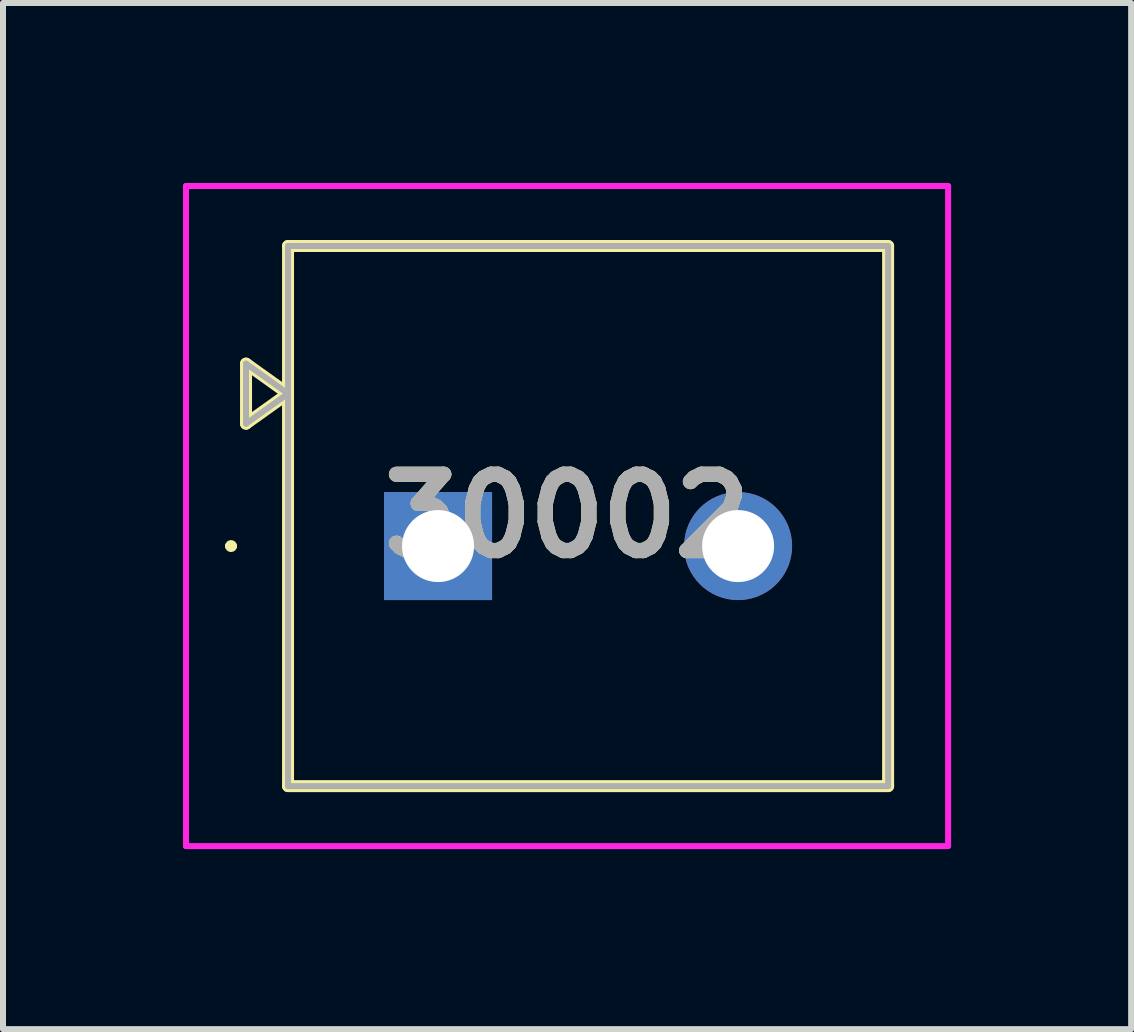
<source format=kicad_pcb>
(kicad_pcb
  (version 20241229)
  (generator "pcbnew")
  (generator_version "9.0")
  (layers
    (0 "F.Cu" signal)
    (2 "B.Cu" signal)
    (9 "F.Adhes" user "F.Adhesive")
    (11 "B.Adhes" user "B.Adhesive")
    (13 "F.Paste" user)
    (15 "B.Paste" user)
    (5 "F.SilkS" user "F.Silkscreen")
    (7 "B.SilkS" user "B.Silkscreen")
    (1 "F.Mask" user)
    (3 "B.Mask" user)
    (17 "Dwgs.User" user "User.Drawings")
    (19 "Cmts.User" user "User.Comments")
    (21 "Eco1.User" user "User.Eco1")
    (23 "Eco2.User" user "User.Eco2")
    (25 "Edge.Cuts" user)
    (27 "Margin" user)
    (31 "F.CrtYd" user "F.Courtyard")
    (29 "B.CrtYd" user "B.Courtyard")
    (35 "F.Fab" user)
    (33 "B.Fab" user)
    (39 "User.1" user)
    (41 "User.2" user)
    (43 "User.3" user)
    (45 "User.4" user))
  (footprint "30002"
    (layer "F.Cu")
    (at 4.25 6.05)
    (property "Reference" "30002" (at 2.15 -0.5 0) (layer "F.SilkS") (effects (font (size 1.27 1.27) (thickness 0.254))))
    (attr through_hole)
    (fp_line (start -3.5 0) (end -3.5 0) (stroke (width 0.1) (type solid)) (layer "F.SilkS"))
    (fp_line (start -3.4 0) (end -3.4 0) (stroke (width 0.1) (type solid)) (layer "F.SilkS"))
    (fp_line (start -3.2 -3.04) (end -3.2 -2.04) (stroke (width 0.2) (type solid)) (layer "F.SilkS"))
    (fp_line (start -3.2 -2.04) (end -2.5 -2.54) (stroke (width 0.2) (type solid)) (layer "F.SilkS"))
    (fp_line (start -2.5 -5) (end 7.5 -5) (stroke (width 0.2) (type solid)) (layer "F.SilkS"))
    (fp_line (start -2.5 -2.54) (end -3.2 -3.04) (stroke (width 0.2) (type solid)) (layer "F.SilkS"))
    (fp_line (start -2.5 4) (end -2.5 -5) (stroke (width 0.2) (type solid)) (layer "F.SilkS"))
    (fp_line (start 7.5 -5) (end 7.5 4) (stroke (width 0.2) (type solid)) (layer "F.SilkS"))
    (fp_line (start 7.5 4) (end -2.5 4) (stroke (width 0.2) (type solid)) (layer "F.SilkS"))
    (fp_arc (start -3.5 0) (mid -3.45 -0.05) (end -3.4 0) (stroke (width 0.1) (type solid)) (layer "F.SilkS"))
    (fp_arc (start -3.4 0) (mid -3.45 0.05) (end -3.5 0) (stroke (width 0.1) (type solid)) (layer "F.SilkS"))
    (fp_line (start -4.2 -6) (end 8.5 -6) (stroke (width 0.1) (type solid)) (layer "F.CrtYd"))
    (fp_line (start -4.2 5) (end -4.2 -6) (stroke (width 0.1) (type solid)) (layer "F.CrtYd"))
    (fp_line (start 8.5 -6) (end 8.5 5) (stroke (width 0.1) (type solid)) (layer "F.CrtYd"))
    (fp_line (start 8.5 5) (end -4.2 5) (stroke (width 0.1) (type solid)) (layer "F.CrtYd"))
    (fp_line (start -3.2 -3.04) (end -3.2 -2.04) (stroke (width 0.1) (type solid)) (layer "F.Fab"))
    (fp_line (start -3.2 -2.04) (end -2.5 -2.54) (stroke (width 0.1) (type solid)) (layer "F.Fab"))
    (fp_line (start -2.5 -5) (end 7.5 -5) (stroke (width 0.1) (type solid)) (layer "F.Fab"))
    (fp_line (start -2.5 -2.54) (end -3.2 -3.04) (stroke (width 0.1) (type solid)) (layer "F.Fab"))
    (fp_line (start -2.5 4) (end -2.5 -5) (stroke (width 0.1) (type solid)) (layer "F.Fab"))
    (fp_line (start 7.5 -5) (end 7.5 4) (stroke (width 0.1) (type solid)) (layer "F.Fab"))
    (fp_line (start 7.5 4) (end -2.5 4) (stroke (width 0.1) (type solid)) (layer "F.Fab"))
    (fp_text user "${REFERENCE}" (at 2.15 -0.5 0) (layer "F.Fab") (effects (font (size 1.27 1.27) (thickness 0.254))))
    (pad "1" thru_hole rect (at 0 0) (size 1.8 1.8) (drill 1.2) (layers "*.Cu" "*.Mask"))
    (pad "2" thru_hole circle (at 5 0) (size 1.8 1.8) (drill 1.2) (layers "*.Cu" "*.Mask")))
  (gr_rect
    (start -3 -3)
    (end 15.8 14.1)
    (stroke (width 0.1) (type default))
    (fill no)
    (layer "Edge.Cuts")))
</source>
